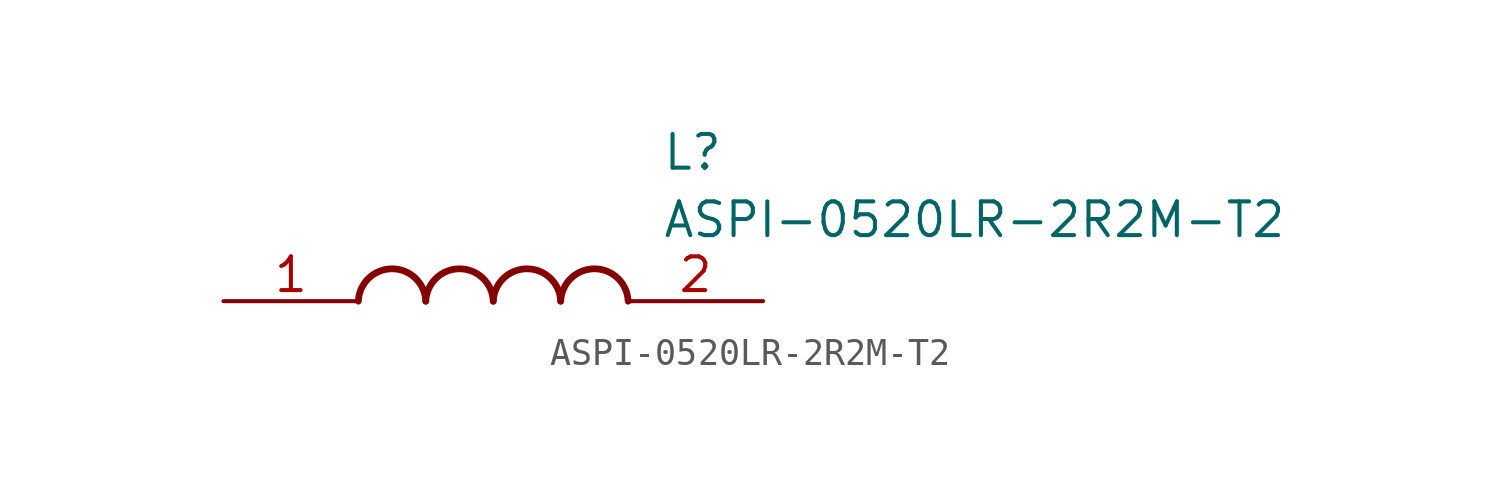
<source format=kicad_sym>
(kicad_symbol_lib
  (version 20211014)
  (generator SamacSys_ECAD_Model)
  (symbol "ASPI-0520LR-2R2M-T2"
    (pin_names hide)
    (property "Reference" "L"
      (at 16.51 6.35 0)
      (effects (font (size 1.27 1.27)) (justify left top)))
    (property "Value" "ASPI-0520LR-2R2M-T2"
      (at 16.51 3.81 0)
      (effects (font (size 1.27 1.27)) (justify left top)))
    (arc
      (start 7.62 0)
      (mid 6.35 1.219)
      (end 5.08 0)
      (stroke (width 0.254) (type default))
      (fill (type none)))
    (arc
      (start 10.16 0)
      (mid 8.89 1.219)
      (end 7.62 0)
      (stroke (width 0.254) (type default))
      (fill (type none)))
    (arc
      (start 12.7 0)
      (mid 11.43 1.219)
      (end 10.16 0)
      (stroke (width 0.254) (type default))
      (fill (type none)))
    (arc
      (start 15.24 0)
      (mid 13.97 1.219)
      (end 12.7 0)
      (stroke (width 0.254) (type default))
      (fill (type none)))
    (pin passive line
      (at 0 0 0)
      (length 5.08)
      (name "1" (effects (font (size 1.27 1.27))))
      (number "1" (effects (font (size 1.27 1.27)))))
    (pin passive line
      (at 20.32 0 180)
      (length 5.08)
      (name "2" (effects (font (size 1.27 1.27))))
      (number "2" (effects (font (size 1.27 1.27)))))))
</source>
